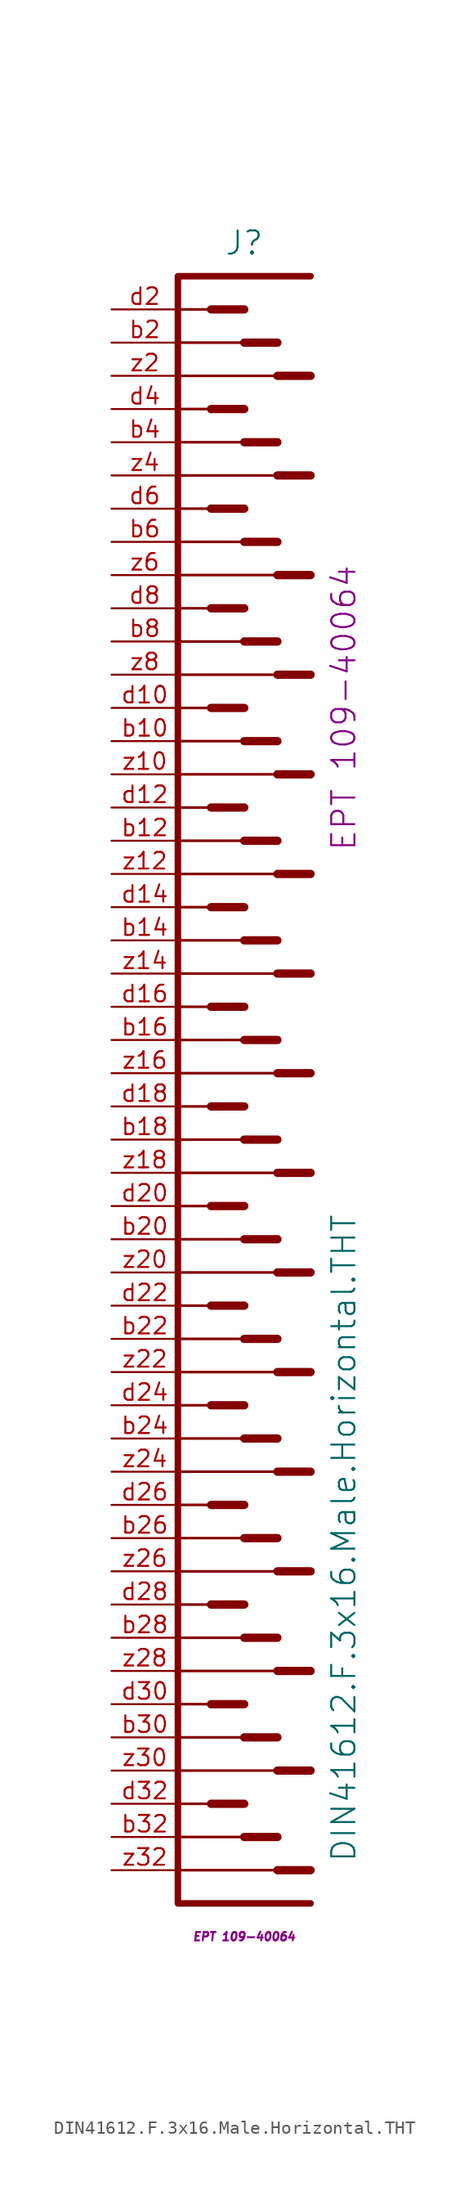
<source format=kicad_sym>
(kicad_symbol_lib
  (version 20220914)
  (generator kicad_symbol_editor)
  (symbol "DIN41612.F.3x16.Male.Horizontal.THT"
    (pin_names hide)
    (property "Reference" "J"
      (at 0 60.96 0)
      (effects (font (size 1.778 1.778))))
    (property "Value" "DIN41612.F.3x16.Male.Horizontal.THT"
      (at 7.62 -38.1 90)
      (do_not_autoplace)
      (effects (font (size 1.778 1.778))))
    (property "Package" "EPT 109-40064"
      (at 7.62 25.4 90)
      (do_not_autoplace)
      (effects (font (size 1.778 1.778))))
    (property "MPN" "EPT 109-40064"
      (at 0 -68.58 0)
      (effects (font (size 0.635 0.635) italic)))
    (symbol "DIN41612.F.3x16.Male.Horizontal.THT_0_1"
      (polyline (pts (xy -2.54 -58.42) (xy 0 -58.42)) (stroke (width 0.635) (type default)) (fill (type none)))
      (polyline (pts (xy -2.54 -50.8) (xy 0 -50.8)) (stroke (width 0.635) (type default)) (fill (type none)))
      (polyline (pts (xy -2.54 -43.18) (xy 0 -43.18)) (stroke (width 0.635) (type default)) (fill (type none)))
      (polyline (pts (xy -2.54 -35.56) (xy 0 -35.56)) (stroke (width 0.635) (type default)) (fill (type none)))
      (polyline (pts (xy -2.54 -27.94) (xy 0 -27.94)) (stroke (width 0.635) (type default)) (fill (type none)))
      (polyline (pts (xy -2.54 -20.32) (xy 0 -20.32)) (stroke (width 0.635) (type default)) (fill (type none)))
      (polyline (pts (xy -2.54 -12.7) (xy 0 -12.7)) (stroke (width 0.635) (type default)) (fill (type none)))
      (polyline (pts (xy -2.54 -5.08) (xy 0 -5.08)) (stroke (width 0.635) (type default)) (fill (type none)))
      (polyline (pts (xy -2.54 2.54) (xy 0 2.54)) (stroke (width 0.635) (type default)) (fill (type none)))
      (polyline (pts (xy -2.54 10.16) (xy 0 10.16)) (stroke (width 0.635) (type default)) (fill (type none)))
      (polyline (pts (xy -2.54 17.78) (xy 0 17.78)) (stroke (width 0.635) (type default)) (fill (type none)))
      (polyline (pts (xy -2.54 25.4) (xy 0 25.4)) (stroke (width 0.635) (type default)) (fill (type none)))
      (polyline (pts (xy -2.54 33.02) (xy 0 33.02)) (stroke (width 0.635) (type default)) (fill (type none)))
      (polyline (pts (xy -2.54 40.64) (xy 0 40.64)) (stroke (width 0.635) (type default)) (fill (type none)))
      (polyline (pts (xy -2.54 48.26) (xy 0 48.26)) (stroke (width 0.635) (type default)) (fill (type none)))
      (polyline (pts (xy -2.54 55.88) (xy 0 55.88)) (stroke (width 0.635) (type default)) (fill (type none)))
      (polyline (pts (xy 0 -60.96) (xy 2.54 -60.96)) (stroke (width 0.635) (type default)) (fill (type none)))
      (polyline (pts (xy 0 -53.34) (xy 2.54 -53.34)) (stroke (width 0.635) (type default)) (fill (type none)))
      (polyline (pts (xy 0 -45.72) (xy 2.54 -45.72)) (stroke (width 0.635) (type default)) (fill (type none)))
      (polyline (pts (xy 0 -38.1) (xy 2.54 -38.1)) (stroke (width 0.635) (type default)) (fill (type none)))
      (polyline (pts (xy 0 -30.48) (xy 2.54 -30.48)) (stroke (width 0.635) (type default)) (fill (type none)))
      (polyline (pts (xy 0 -22.86) (xy 2.54 -22.86)) (stroke (width 0.635) (type default)) (fill (type none)))
      (polyline (pts (xy 0 -15.24) (xy 2.54 -15.24)) (stroke (width 0.635) (type default)) (fill (type none)))
      (polyline (pts (xy 0 -7.62) (xy 2.54 -7.62)) (stroke (width 0.635) (type default)) (fill (type none)))
      (polyline (pts (xy 0 0) (xy 2.54 0)) (stroke (width 0.635) (type default)) (fill (type none)))
      (polyline (pts (xy 0 7.62) (xy 2.54 7.62)) (stroke (width 0.635) (type default)) (fill (type none)))
      (polyline (pts (xy 0 15.24) (xy 2.54 15.24)) (stroke (width 0.635) (type default)) (fill (type none)))
      (polyline (pts (xy 0 22.86) (xy 2.54 22.86)) (stroke (width 0.635) (type default)) (fill (type none)))
      (polyline (pts (xy 0 30.48) (xy 2.54 30.48)) (stroke (width 0.635) (type default)) (fill (type none)))
      (polyline (pts (xy 0 38.1) (xy 2.54 38.1)) (stroke (width 0.635) (type default)) (fill (type none)))
      (polyline (pts (xy 0 45.72) (xy 2.54 45.72)) (stroke (width 0.635) (type default)) (fill (type none)))
      (polyline (pts (xy 0 53.34) (xy 2.54 53.34)) (stroke (width 0.635) (type default)) (fill (type none)))
      (polyline (pts (xy 2.54 -63.5) (xy 5.08 -63.5)) (stroke (width 0.635) (type default)) (fill (type none)))
      (polyline (pts (xy 2.54 -55.88) (xy 5.08 -55.88)) (stroke (width 0.635) (type default)) (fill (type none)))
      (polyline (pts (xy 2.54 -48.26) (xy 5.08 -48.26)) (stroke (width 0.635) (type default)) (fill (type none)))
      (polyline (pts (xy 2.54 -40.64) (xy 5.08 -40.64)) (stroke (width 0.635) (type default)) (fill (type none)))
      (polyline (pts (xy 2.54 -33.02) (xy 5.08 -33.02)) (stroke (width 0.635) (type default)) (fill (type none)))
      (polyline (pts (xy 2.54 -25.4) (xy 5.08 -25.4)) (stroke (width 0.635) (type default)) (fill (type none)))
      (polyline (pts (xy 2.54 -17.78) (xy 5.08 -17.78)) (stroke (width 0.635) (type default)) (fill (type none)))
      (polyline (pts (xy 2.54 -10.16) (xy 5.08 -10.16)) (stroke (width 0.635) (type default)) (fill (type none)))
      (polyline (pts (xy 2.54 -2.54) (xy 5.08 -2.54)) (stroke (width 0.635) (type default)) (fill (type none)))
      (polyline (pts (xy 2.54 5.08) (xy 5.08 5.08)) (stroke (width 0.635) (type default)) (fill (type none)))
      (polyline (pts (xy 2.54 12.7) (xy 5.08 12.7)) (stroke (width 0.635) (type default)) (fill (type none)))
      (polyline (pts (xy 2.54 20.32) (xy 5.08 20.32)) (stroke (width 0.635) (type default)) (fill (type none)))
      (polyline (pts (xy 2.54 27.94) (xy 5.08 27.94)) (stroke (width 0.635) (type default)) (fill (type none)))
      (polyline (pts (xy 2.54 35.56) (xy 5.08 35.56)) (stroke (width 0.635) (type default)) (fill (type none)))
      (polyline (pts (xy 2.54 43.18) (xy 5.08 43.18)) (stroke (width 0.635) (type default)) (fill (type none)))
      (polyline (pts (xy 2.54 50.8) (xy 5.08 50.8)) (stroke (width 0.635) (type default)) (fill (type none))))
    (symbol "DIN41612.F.3x16.Male.Horizontal.THT_1_1"
      (polyline (pts (xy -5.08 -63.5) (xy 2.54 -63.5)) (stroke (width 0.2) (type default)) (fill (type none)))
      (polyline (pts (xy -5.08 -60.96) (xy 0 -60.96)) (stroke (width 0.2) (type default)) (fill (type none)))
      (polyline (pts (xy -5.08 -58.42) (xy -2.54 -58.42)) (stroke (width 0.2) (type default)) (fill (type none)))
      (polyline (pts (xy -5.08 -55.88) (xy 2.54 -55.88)) (stroke (width 0.2) (type default)) (fill (type none)))
      (polyline (pts (xy -5.08 -53.34) (xy 0 -53.34)) (stroke (width 0.2) (type default)) (fill (type none)))
      (polyline (pts (xy -5.08 -50.8) (xy -2.54 -50.8)) (stroke (width 0.2) (type default)) (fill (type none)))
      (polyline (pts (xy -5.08 -48.26) (xy 2.54 -48.26)) (stroke (width 0.2) (type default)) (fill (type none)))
      (polyline (pts (xy -5.08 -45.72) (xy 0 -45.72)) (stroke (width 0.2) (type default)) (fill (type none)))
      (polyline (pts (xy -5.08 -43.18) (xy -2.54 -43.18)) (stroke (width 0.2) (type default)) (fill (type none)))
      (polyline (pts (xy -5.08 -40.64) (xy 2.54 -40.64)) (stroke (width 0.2) (type default)) (fill (type none)))
      (polyline (pts (xy -5.08 -38.1) (xy 0 -38.1)) (stroke (width 0.2) (type default)) (fill (type none)))
      (polyline (pts (xy -5.08 -35.56) (xy -2.54 -35.56)) (stroke (width 0.2) (type default)) (fill (type none)))
      (polyline (pts (xy -5.08 -33.02) (xy 2.54 -33.02)) (stroke (width 0.2) (type default)) (fill (type none)))
      (polyline (pts (xy -5.08 -30.48) (xy 0 -30.48)) (stroke (width 0.2) (type default)) (fill (type none)))
      (polyline (pts (xy -5.08 -27.94) (xy -2.54 -27.94)) (stroke (width 0.2) (type default)) (fill (type none)))
      (polyline (pts (xy -5.08 -25.4) (xy 2.54 -25.4)) (stroke (width 0.2) (type default)) (fill (type none)))
      (polyline (pts (xy -5.08 -22.86) (xy 0 -22.86)) (stroke (width 0.2) (type default)) (fill (type none)))
      (polyline (pts (xy -5.08 -20.32) (xy -2.54 -20.32)) (stroke (width 0.2) (type default)) (fill (type none)))
      (polyline (pts (xy -5.08 -17.78) (xy 2.54 -17.78)) (stroke (width 0.2) (type default)) (fill (type none)))
      (polyline (pts (xy -5.08 -15.24) (xy 0 -15.24)) (stroke (width 0.2) (type default)) (fill (type none)))
      (polyline (pts (xy -5.08 -12.7) (xy -2.54 -12.7)) (stroke (width 0.2) (type default)) (fill (type none)))
      (polyline (pts (xy -5.08 -10.16) (xy 2.54 -10.16)) (stroke (width 0.2) (type default)) (fill (type none)))
      (polyline (pts (xy -5.08 -7.62) (xy 0 -7.62)) (stroke (width 0.2) (type default)) (fill (type none)))
      (polyline (pts (xy -5.08 -5.08) (xy -2.54 -5.08)) (stroke (width 0.2) (type default)) (fill (type none)))
      (polyline (pts (xy -5.08 -2.54) (xy 2.54 -2.54)) (stroke (width 0.2) (type default)) (fill (type none)))
      (polyline (pts (xy -5.08 0) (xy 0 0)) (stroke (width 0.2) (type default)) (fill (type none)))
      (polyline (pts (xy -5.08 2.54) (xy -2.54 2.54)) (stroke (width 0.2) (type default)) (fill (type none)))
      (polyline (pts (xy -5.08 5.08) (xy 2.54 5.08)) (stroke (width 0.2) (type default)) (fill (type none)))
      (polyline (pts (xy -5.08 7.62) (xy 0 7.62)) (stroke (width 0.2) (type default)) (fill (type none)))
      (polyline (pts (xy -5.08 10.16) (xy -2.54 10.16)) (stroke (width 0.2) (type default)) (fill (type none)))
      (polyline (pts (xy -5.08 12.7) (xy 2.54 12.7)) (stroke (width 0.2) (type default)) (fill (type none)))
      (polyline (pts (xy -5.08 15.24) (xy 0 15.24)) (stroke (width 0.2) (type default)) (fill (type none)))
      (polyline (pts (xy -5.08 17.78) (xy -2.54 17.78)) (stroke (width 0.2) (type default)) (fill (type none)))
      (polyline (pts (xy -5.08 20.32) (xy 2.54 20.32)) (stroke (width 0.2) (type default)) (fill (type none)))
      (polyline (pts (xy -5.08 22.86) (xy 0 22.86)) (stroke (width 0.2) (type default)) (fill (type none)))
      (polyline (pts (xy -5.08 25.4) (xy -2.54 25.4)) (stroke (width 0.2) (type default)) (fill (type none)))
      (polyline (pts (xy -5.08 27.94) (xy 2.54 27.94)) (stroke (width 0.2) (type default)) (fill (type none)))
      (polyline (pts (xy -5.08 30.48) (xy 0 30.48)) (stroke (width 0.2) (type default)) (fill (type none)))
      (polyline (pts (xy -5.08 33.02) (xy -2.54 33.02)) (stroke (width 0.2) (type default)) (fill (type none)))
      (polyline (pts (xy -5.08 35.56) (xy 2.54 35.56)) (stroke (width 0.2) (type default)) (fill (type none)))
      (polyline (pts (xy -5.08 38.1) (xy 0 38.1)) (stroke (width 0.2) (type default)) (fill (type none)))
      (polyline (pts (xy -5.08 40.64) (xy -2.54 40.64)) (stroke (width 0.2) (type default)) (fill (type none)))
      (polyline (pts (xy -5.08 43.18) (xy 2.54 43.18)) (stroke (width 0.2) (type default)) (fill (type none)))
      (polyline (pts (xy -5.08 45.72) (xy 0 45.72)) (stroke (width 0.2) (type default)) (fill (type none)))
      (polyline (pts (xy -5.08 48.26) (xy -2.54 48.26)) (stroke (width 0.2) (type default)) (fill (type none)))
      (polyline (pts (xy -5.08 50.8) (xy 2.54 50.8)) (stroke (width 0.2) (type default)) (fill (type none)))
      (polyline (pts (xy -5.08 53.34) (xy 0 53.34)) (stroke (width 0.2) (type default)) (fill (type none)))
      (polyline (pts (xy -5.08 55.88) (xy -2.54 55.88)) (stroke (width 0.2) (type default)) (fill (type none)))
      (polyline (pts (xy 5.08 58.42) (xy -5.08 58.42) (xy -5.08 -66.04) (xy 5.08 -66.04)) (stroke (width 0.5) (type default)) (fill (type none)))
      (pin passive line (at -10.16 22.86 0) (length 5.08) (name "b10" (effects (font (size 1.27 1.27)))) (number "b10" (effects (font (size 1.27 1.27)))))
      (pin passive line (at -10.16 15.24 0) (length 5.08) (name "b12" (effects (font (size 1.27 1.27)))) (number "b12" (effects (font (size 1.27 1.27)))))
      (pin passive line (at -10.16 7.62 0) (length 5.08) (name "b14" (effects (font (size 1.27 1.27)))) (number "b14" (effects (font (size 1.27 1.27)))))
      (pin passive line (at -10.16 0 0) (length 5.08) (name "b16" (effects (font (size 1.27 1.27)))) (number "b16" (effects (font (size 1.27 1.27)))))
      (pin passive line (at -10.16 -7.62 0) (length 5.08) (name "b18" (effects (font (size 1.27 1.27)))) (number "b18" (effects (font (size 1.27 1.27)))))
      (pin passive line (at -10.16 53.34 0) (length 5.08) (name "b2" (effects (font (size 1.27 1.27)))) (number "b2" (effects (font (size 1.27 1.27)))))
      (pin passive line (at -10.16 -15.24 0) (length 5.08) (name "b20" (effects (font (size 1.27 1.27)))) (number "b20" (effects (font (size 1.27 1.27)))))
      (pin passive line (at -10.16 -22.86 0) (length 5.08) (name "b22" (effects (font (size 1.27 1.27)))) (number "b22" (effects (font (size 1.27 1.27)))))
      (pin passive line (at -10.16 -30.48 0) (length 5.08) (name "b24" (effects (font (size 1.27 1.27)))) (number "b24" (effects (font (size 1.27 1.27)))))
      (pin passive line (at -10.16 -38.1 0) (length 5.08) (name "b28" (effects (font (size 1.27 1.27)))) (number "b26" (effects (font (size 1.27 1.27)))))
      (pin passive line (at -10.16 -45.72 0) (length 5.08) (name "b28" (effects (font (size 1.27 1.27)))) (number "b28" (effects (font (size 1.27 1.27)))))
      (pin passive line (at -10.16 -53.34 0) (length 5.08) (name "b30" (effects (font (size 1.27 1.27)))) (number "b30" (effects (font (size 1.27 1.27)))))
      (pin passive line (at -10.16 -60.96 0) (length 5.08) (name "b32" (effects (font (size 1.27 1.27)))) (number "b32" (effects (font (size 1.27 1.27)))))
      (pin passive line (at -10.16 45.72 0) (length 5.08) (name "b4" (effects (font (size 1.27 1.27)))) (number "b4" (effects (font (size 1.27 1.27)))))
      (pin passive line (at -10.16 38.1 0) (length 5.08) (name "b6" (effects (font (size 1.27 1.27)))) (number "b6" (effects (font (size 1.27 1.27)))))
      (pin passive line (at -10.16 30.48 0) (length 5.08) (name "b8" (effects (font (size 1.27 1.27)))) (number "b8" (effects (font (size 1.27 1.27)))))
      (pin passive line (at -10.16 25.4 0) (length 5.08) (name "d10" (effects (font (size 1.27 1.27)))) (number "d10" (effects (font (size 1.27 1.27)))))
      (pin passive line (at -10.16 17.78 0) (length 5.08) (name "d12" (effects (font (size 1.27 1.27)))) (number "d12" (effects (font (size 1.27 1.27)))))
      (pin passive line (at -10.16 10.16 0) (length 5.08) (name "d14" (effects (font (size 1.27 1.27)))) (number "d14" (effects (font (size 1.27 1.27)))))
      (pin passive line (at -10.16 2.54 0) (length 5.08) (name "d16" (effects (font (size 1.27 1.27)))) (number "d16" (effects (font (size 1.27 1.27)))))
      (pin passive line (at -10.16 -5.08 0) (length 5.08) (name "d18" (effects (font (size 1.27 1.27)))) (number "d18" (effects (font (size 1.27 1.27)))))
      (pin passive line (at -10.16 55.88 0) (length 5.08) (name "d2" (effects (font (size 1.27 1.27)))) (number "d2" (effects (font (size 1.27 1.27)))))
      (pin passive line (at -10.16 -12.7 0) (length 5.08) (name "d20" (effects (font (size 1.27 1.27)))) (number "d20" (effects (font (size 1.27 1.27)))))
      (pin passive line (at -10.16 -20.32 0) (length 5.08) (name "d22" (effects (font (size 1.27 1.27)))) (number "d22" (effects (font (size 1.27 1.27)))))
      (pin passive line (at -10.16 -27.94 0) (length 5.08) (name "d24" (effects (font (size 1.27 1.27)))) (number "d24" (effects (font (size 1.27 1.27)))))
      (pin passive line (at -10.16 -35.56 0) (length 5.08) (name "d28" (effects (font (size 1.27 1.27)))) (number "d26" (effects (font (size 1.27 1.27)))))
      (pin passive line (at -10.16 -43.18 0) (length 5.08) (name "d28" (effects (font (size 1.27 1.27)))) (number "d28" (effects (font (size 1.27 1.27)))))
      (pin passive line (at -10.16 -50.8 0) (length 5.08) (name "d30" (effects (font (size 1.27 1.27)))) (number "d30" (effects (font (size 1.27 1.27)))))
      (pin passive line (at -10.16 -58.42 0) (length 5.08) (name "d32" (effects (font (size 1.27 1.27)))) (number "d32" (effects (font (size 1.27 1.27)))))
      (pin passive line (at -10.16 48.26 0) (length 5.08) (name "d4" (effects (font (size 1.27 1.27)))) (number "d4" (effects (font (size 1.27 1.27)))))
      (pin passive line (at -10.16 40.64 0) (length 5.08) (name "d6" (effects (font (size 1.27 1.27)))) (number "d6" (effects (font (size 1.27 1.27)))))
      (pin passive line (at -10.16 33.02 0) (length 5.08) (name "d8" (effects (font (size 1.27 1.27)))) (number "d8" (effects (font (size 1.27 1.27)))))
      (pin passive line (at -10.16 20.32 0) (length 5.08) (name "z10" (effects (font (size 1.27 1.27)))) (number "z10" (effects (font (size 1.27 1.27)))))
      (pin passive line (at -10.16 12.7 0) (length 5.08) (name "z12" (effects (font (size 1.27 1.27)))) (number "z12" (effects (font (size 1.27 1.27)))))
      (pin passive line (at -10.16 5.08 0) (length 5.08) (name "z14" (effects (font (size 1.27 1.27)))) (number "z14" (effects (font (size 1.27 1.27)))))
      (pin passive line (at -10.16 -2.54 0) (length 5.08) (name "z16" (effects (font (size 1.27 1.27)))) (number "z16" (effects (font (size 1.27 1.27)))))
      (pin passive line (at -10.16 -10.16 0) (length 5.08) (name "z18" (effects (font (size 1.27 1.27)))) (number "z18" (effects (font (size 1.27 1.27)))))
      (pin passive line (at -10.16 50.8 0) (length 5.08) (name "z2" (effects (font (size 1.27 1.27)))) (number "z2" (effects (font (size 1.27 1.27)))))
      (pin passive line (at -10.16 -17.78 0) (length 5.08) (name "z20" (effects (font (size 1.27 1.27)))) (number "z20" (effects (font (size 1.27 1.27)))))
      (pin passive line (at -10.16 -25.4 0) (length 5.08) (name "z22" (effects (font (size 1.27 1.27)))) (number "z22" (effects (font (size 1.27 1.27)))))
      (pin passive line (at -10.16 -33.02 0) (length 5.08) (name "z24" (effects (font (size 1.27 1.27)))) (number "z24" (effects (font (size 1.27 1.27)))))
      (pin passive line (at -10.16 -40.64 0) (length 5.08) (name "z28" (effects (font (size 1.27 1.27)))) (number "z26" (effects (font (size 1.27 1.27)))))
      (pin passive line (at -10.16 -48.26 0) (length 5.08) (name "z28" (effects (font (size 1.27 1.27)))) (number "z28" (effects (font (size 1.27 1.27)))))
      (pin passive line (at -10.16 -55.88 0) (length 5.08) (name "z30" (effects (font (size 1.27 1.27)))) (number "z30" (effects (font (size 1.27 1.27)))))
      (pin passive line (at -10.16 -63.5 0) (length 5.08) (name "z32" (effects (font (size 1.27 1.27)))) (number "z32" (effects (font (size 1.27 1.27)))))
      (pin passive line (at -10.16 43.18 0) (length 5.08) (name "z4" (effects (font (size 1.27 1.27)))) (number "z4" (effects (font (size 1.27 1.27)))))
      (pin passive line (at -10.16 35.56 0) (length 5.08) (name "z6" (effects (font (size 1.27 1.27)))) (number "z6" (effects (font (size 1.27 1.27)))))
      (pin passive line (at -10.16 27.94 0) (length 5.08) (name "z8" (effects (font (size 1.27 1.27)))) (number "z8" (effects (font (size 1.27 1.27))))))))
</source>
